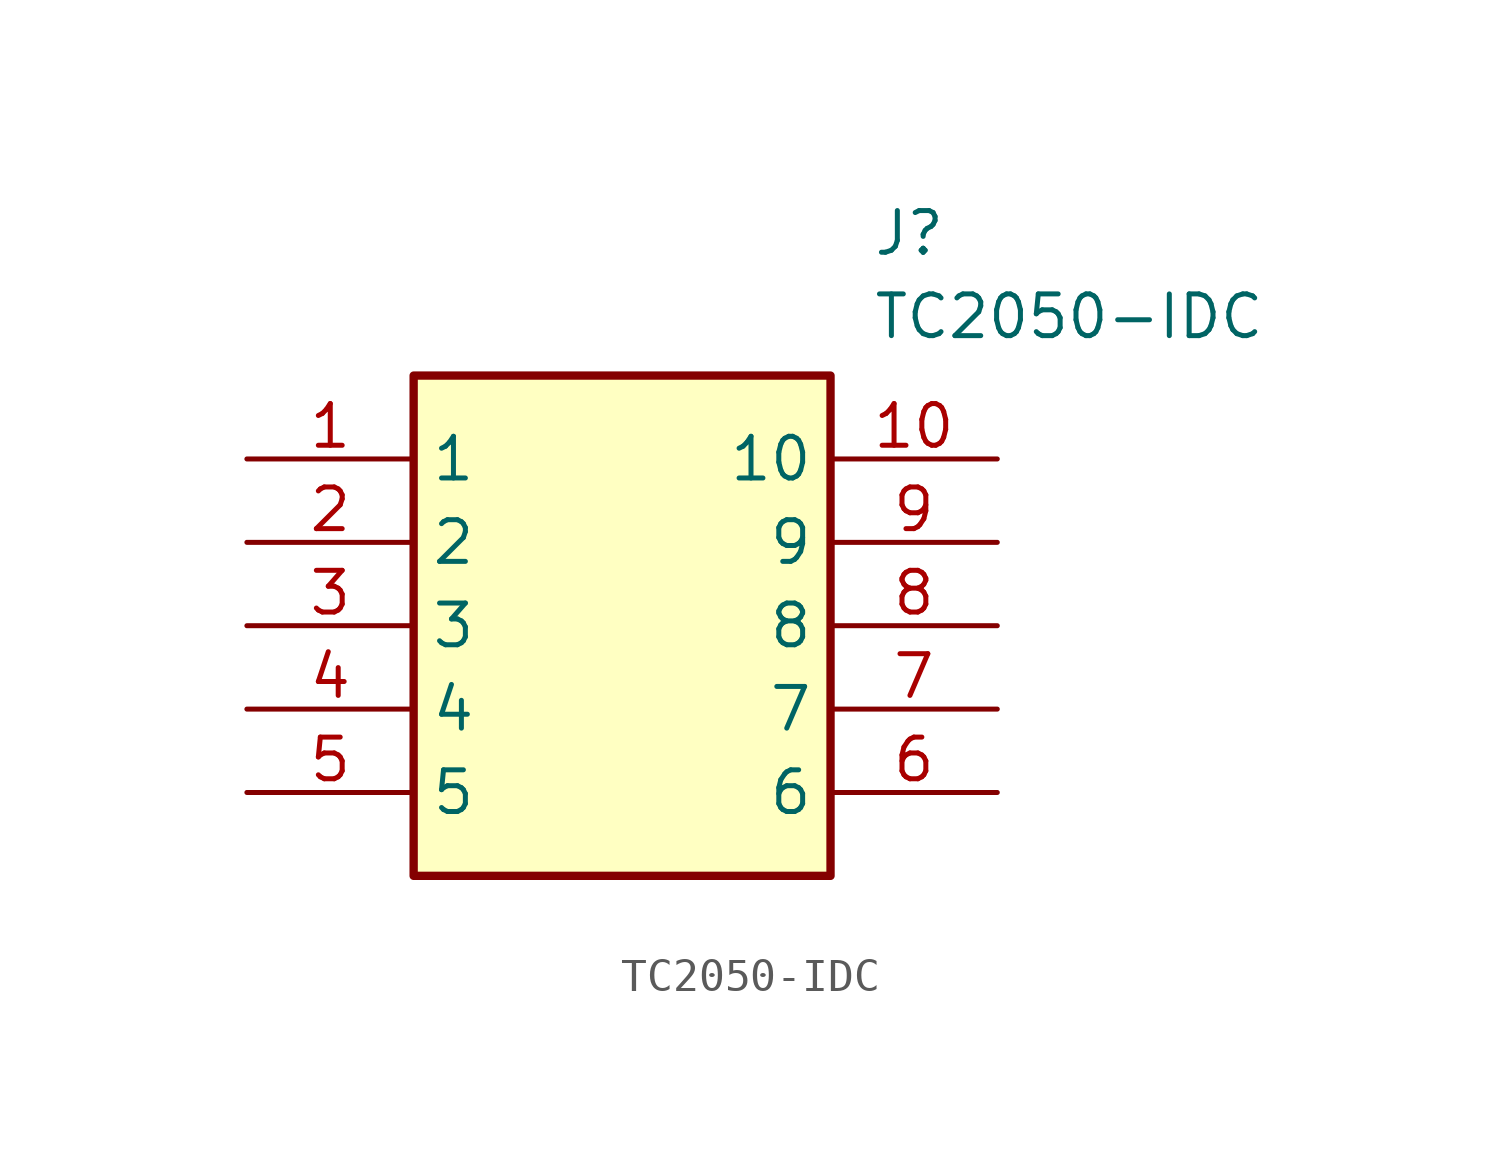
<source format=kicad_sym>
(kicad_symbol_lib
  (version 20211014)
  (generator SamacSys_ECAD_Model)
  (symbol "TC2050-IDC"
    (property "Reference" "J"
      (at 19.05 7.62 0)
      (effects (font (size 1.27 1.27)) (justify left top)))
    (property "Value" "TC2050-IDC"
      (at 19.05 5.08 0)
      (effects (font (size 1.27 1.27)) (justify left top)))
    (rectangle
      (start 5.08 2.54)
      (end 17.78 -12.7)
      (stroke (width 0.254) (type default))
      (fill (type background)))
    (pin passive line
      (at 0 0 0)
      (length 5.08)
      (name "1" (effects (font (size 1.27 1.27))))
      (number "1" (effects (font (size 1.27 1.27)))))
    (pin passive line
      (at 0 -2.54 0)
      (length 5.08)
      (name "2" (effects (font (size 1.27 1.27))))
      (number "2" (effects (font (size 1.27 1.27)))))
    (pin passive line
      (at 0 -5.08 0)
      (length 5.08)
      (name "3" (effects (font (size 1.27 1.27))))
      (number "3" (effects (font (size 1.27 1.27)))))
    (pin passive line
      (at 0 -7.62 0)
      (length 5.08)
      (name "4" (effects (font (size 1.27 1.27))))
      (number "4" (effects (font (size 1.27 1.27)))))
    (pin passive line
      (at 0 -10.16 0)
      (length 5.08)
      (name "5" (effects (font (size 1.27 1.27))))
      (number "5" (effects (font (size 1.27 1.27)))))
    (pin passive line
      (at 22.86 -10.16 180)
      (length 5.08)
      (name "6" (effects (font (size 1.27 1.27))))
      (number "6" (effects (font (size 1.27 1.27)))))
    (pin passive line
      (at 22.86 -7.62 180)
      (length 5.08)
      (name "7" (effects (font (size 1.27 1.27))))
      (number "7" (effects (font (size 1.27 1.27)))))
    (pin passive line
      (at 22.86 -5.08 180)
      (length 5.08)
      (name "8" (effects (font (size 1.27 1.27))))
      (number "8" (effects (font (size 1.27 1.27)))))
    (pin passive line
      (at 22.86 -2.54 180)
      (length 5.08)
      (name "9" (effects (font (size 1.27 1.27))))
      (number "9" (effects (font (size 1.27 1.27)))))
    (pin passive line
      (at 22.86 0 180)
      (length 5.08)
      (name "10" (effects (font (size 1.27 1.27))))
      (number "10" (effects (font (size 1.27 1.27)))))))
</source>
